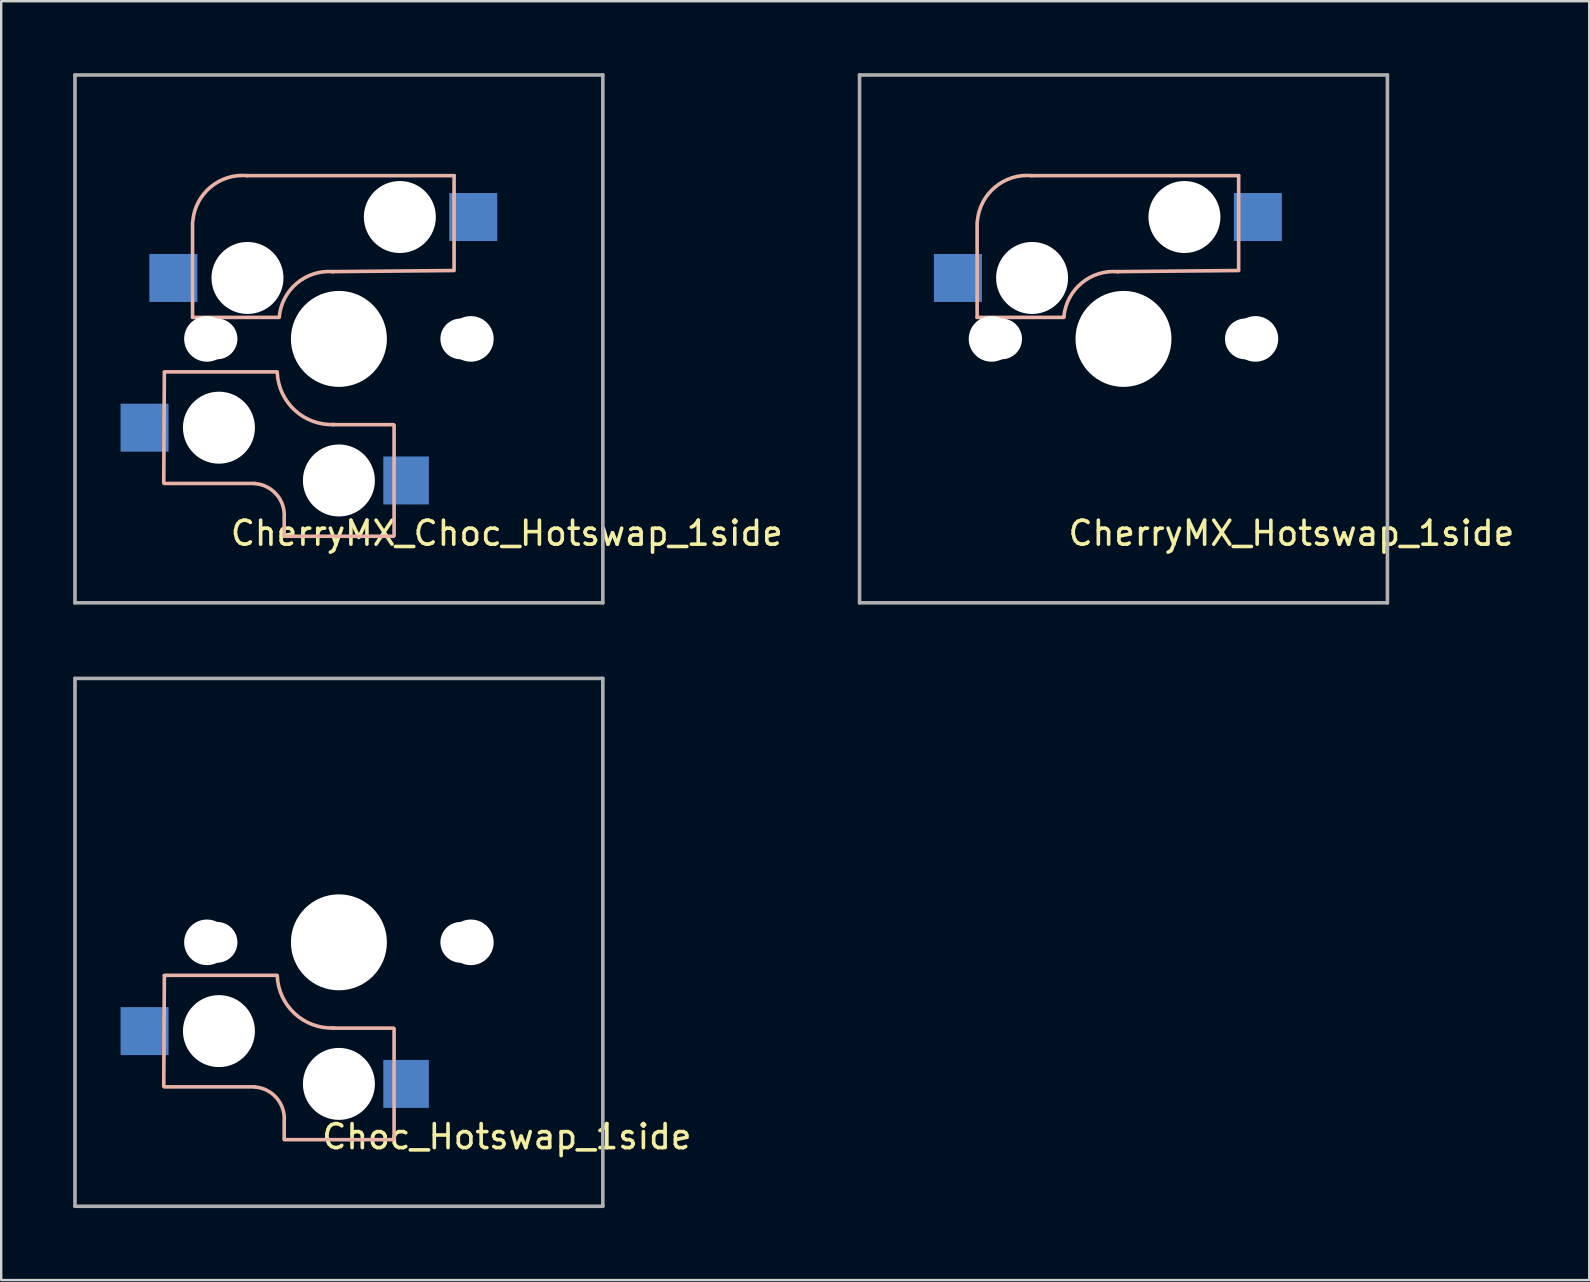
<source format=kicad_pcb>
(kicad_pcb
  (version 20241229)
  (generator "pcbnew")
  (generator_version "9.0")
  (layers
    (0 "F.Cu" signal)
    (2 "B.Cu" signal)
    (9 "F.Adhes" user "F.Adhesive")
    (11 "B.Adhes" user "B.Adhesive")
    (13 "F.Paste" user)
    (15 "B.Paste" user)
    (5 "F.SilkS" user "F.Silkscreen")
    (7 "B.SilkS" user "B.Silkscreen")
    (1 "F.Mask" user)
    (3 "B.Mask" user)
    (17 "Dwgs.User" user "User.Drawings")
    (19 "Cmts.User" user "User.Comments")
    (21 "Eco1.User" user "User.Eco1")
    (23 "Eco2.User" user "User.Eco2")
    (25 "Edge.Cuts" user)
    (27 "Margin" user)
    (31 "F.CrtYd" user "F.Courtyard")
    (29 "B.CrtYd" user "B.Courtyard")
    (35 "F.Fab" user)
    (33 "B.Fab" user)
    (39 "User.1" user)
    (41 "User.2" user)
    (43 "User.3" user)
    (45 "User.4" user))
  (footprint "CherryMX_Hotswap_1side"
    (layer "F.Cu")
    (at 43.775 11.075)
    (property "Reference" "CherryMX_Hotswap_1side" (at 7 8.1 0) (layer "F.SilkS") (effects (font (size 1 1) (thickness 0.15))))
    (attr smd)
    (fp_line (start -6.1 -4.85) (end -6.1 -0.905) (stroke (width 0.15) (type solid)) (layer "B.SilkS"))
    (fp_line (start -6.1 -0.896) (end -2.49 -0.896) (stroke (width 0.15) (type solid)) (layer "B.SilkS"))
    (fp_line (start 4.8 -6.804) (end -3.825 -6.804) (stroke (width 0.15) (type solid)) (layer "B.SilkS"))
    (fp_line (start 4.8 -2.896) (end 4.8 -6.804) (stroke (width 0.15) (type solid)) (layer "B.SilkS"))
    (fp_line (start 4.8 -2.85) (end -0.25 -2.804) (stroke (width 0.15) (type solid)) (layer "B.SilkS"))
    (fp_arc (start -6.089 -4.92) (mid -5.347189 -6.33089) (end -3.825 -6.804) (stroke (width 0.15) (type solid)) (layer "B.SilkS"))
    (fp_arc (start -2.485 -0.92) (mid -1.744361 -2.328061) (end -0.225 -2.8) (stroke (width 0.15) (type solid)) (layer "B.SilkS"))
    (fp_line (start -9 -9) (end 9 -9) (stroke (width 0.15) (type solid)) (layer "Eco2.User"))
    (fp_line (start -9 9) (end -9 -9) (stroke (width 0.15) (type solid)) (layer "Eco2.User"))
    (fp_line (start -7 -7) (end 7 -7) (stroke (width 0.15) (type solid)) (layer "Eco2.User"))
    (fp_line (start -7 7) (end -7 -7) (stroke (width 0.15) (type solid)) (layer "Eco2.User"))
    (fp_line (start 7 -7) (end 7 7) (stroke (width 0.15) (type solid)) (layer "Eco2.User"))
    (fp_line (start 7 7) (end -7 7) (stroke (width 0.15) (type solid)) (layer "Eco2.User"))
    (fp_line (start 9 -9) (end 9 9) (stroke (width 0.15) (type solid)) (layer "Eco2.User"))
    (fp_line (start 9 9) (end -9 9) (stroke (width 0.15) (type solid)) (layer "Eco2.User"))
    (fp_line (start -11 -11) (end -11 11) (stroke (width 0.15) (type solid)) (layer "F.Fab"))
    (fp_line (start -11 11) (end 11 11) (stroke (width 0.15) (type solid)) (layer "F.Fab"))
    (fp_line (start 11 -11) (end -11 -11) (stroke (width 0.15) (type solid)) (layer "F.Fab"))
    (fp_line (start 11 11) (end 11 -11) (stroke (width 0.15) (type solid)) (layer "F.Fab"))
    (pad "" np_thru_hole circle (at -5.5 0 90) (size 1.9 1.9) (drill 1.9) (layers "*.Cu" "*.Mask"))
    (pad "" np_thru_hole circle (at -5.08 0) (size 1.7 1.7) (drill 1.7) (layers "*.Cu" "*.Mask"))
    (pad "" np_thru_hole circle (at -3.81 -2.54 180) (size 3 3) (drill 3) (layers "*.Cu" "*.Mask"))
    (pad "" np_thru_hole circle (at 0 0 90) (size 4 4) (drill 4) (layers "*.Cu" "*.Mask"))
    (pad "" np_thru_hole circle (at 2.54 -5.08 180) (size 3 3) (drill 3) (layers "*.Cu" "*.Mask"))
    (pad "" np_thru_hole circle (at 5.08 0) (size 1.7 1.7) (drill 1.7) (layers "*.Cu" "*.Mask"))
    (pad "" np_thru_hole circle (at 5.5 0 90) (size 1.9 1.9) (drill 1.9) (layers "*.Cu" "*.Mask"))
    (pad "1" smd rect (at -6.9 -2.54 180) (size 2 2) (layers "B.Cu" "B.Mask" "B.Paste"))
    (pad "2" smd rect (at 5.6 -5.08 180) (size 2 2) (layers "B.Cu" "B.Mask" "B.Paste")))
  (footprint "CherryMX_Choc_Hotswap_1side"
    (layer "F.Cu")
    (at 11.075 11.075)
    (property "Reference" "CherryMX_Choc_Hotswap_1side" (at 7 8.1 0) (layer "F.SilkS") (effects (font (size 1 1) (thickness 0.15))))
    (attr smd)
    (fp_line (start -7.275 1.4) (end -7.3 6) (stroke (width 0.15) (type solid)) (layer "B.SilkS"))
    (fp_line (start -6.1 -4.85) (end -6.1 -0.905) (stroke (width 0.15) (type solid)) (layer "B.SilkS"))
    (fp_line (start -6.1 -0.896) (end -2.49 -0.896) (stroke (width 0.15) (type solid)) (layer "B.SilkS"))
    (fp_line (start -3.5 6.025) (end -7.275 6.025) (stroke (width 0.15) (type solid)) (layer "B.SilkS"))
    (fp_line (start -2.575 1.375) (end -7.275 1.375) (stroke (width 0.15) (type solid)) (layer "B.SilkS"))
    (fp_line (start -2.28 7.5) (end -2.28 8.2) (stroke (width 0.15) (type solid)) (layer "B.SilkS"))
    (fp_line (start 2.275 3.575) (end -0.275 3.575) (stroke (width 0.15) (type solid)) (layer "B.SilkS"))
    (fp_line (start 2.275 8.225) (end -2.275 8.225) (stroke (width 0.15) (type solid)) (layer "B.SilkS"))
    (fp_line (start 2.3 3.6) (end 2.3 8.2) (stroke (width 0.15) (type solid)) (layer "B.SilkS"))
    (fp_line (start 4.8 -6.804) (end -3.825 -6.804) (stroke (width 0.15) (type solid)) (layer "B.SilkS"))
    (fp_line (start 4.8 -2.896) (end 4.8 -6.804) (stroke (width 0.15) (type solid)) (layer "B.SilkS"))
    (fp_line (start 4.8 -2.85) (end -0.25 -2.804) (stroke (width 0.15) (type solid)) (layer "B.SilkS"))
    (fp_arc (start -6.089 -4.92) (mid -5.347189 -6.33089) (end -3.825 -6.804) (stroke (width 0.15) (type solid)) (layer "B.SilkS"))
    (fp_arc (start -3.5 6.03) (mid -2.595908 6.48733) (end -2.28 7.45) (stroke (width 0.15) (type solid)) (layer "B.SilkS"))
    (fp_arc (start -2.485 -0.92) (mid -1.744361 -2.328061) (end -0.225 -2.8) (stroke (width 0.15) (type solid)) (layer "B.SilkS"))
    (fp_arc (start -0.2 3.57) (mid -1.834422 2.975843) (end -2.57 1.4) (stroke (width 0.15) (type solid)) (layer "B.SilkS"))
    (fp_line (start -9 -9) (end 9 -9) (stroke (width 0.15) (type solid)) (layer "Eco2.User"))
    (fp_line (start -9 9) (end -9 -9) (stroke (width 0.15) (type solid)) (layer "Eco2.User"))
    (fp_line (start -7 -7) (end 7 -7) (stroke (width 0.15) (type solid)) (layer "Eco2.User"))
    (fp_line (start -7 7) (end -7 -7) (stroke (width 0.15) (type solid)) (layer "Eco2.User"))
    (fp_line (start 7 -7) (end 7 7) (stroke (width 0.15) (type solid)) (layer "Eco2.User"))
    (fp_line (start 7 7) (end -7 7) (stroke (width 0.15) (type solid)) (layer "Eco2.User"))
    (fp_line (start 9 -9) (end 9 9) (stroke (width 0.15) (type solid)) (layer "Eco2.User"))
    (fp_line (start 9 9) (end -9 9) (stroke (width 0.15) (type solid)) (layer "Eco2.User"))
    (fp_line (start -11 -11) (end -11 11) (stroke (width 0.15) (type solid)) (layer "F.Fab"))
    (fp_line (start -11 11) (end 11 11) (stroke (width 0.15) (type solid)) (layer "F.Fab"))
    (fp_line (start 11 -11) (end -11 -11) (stroke (width 0.15) (type solid)) (layer "F.Fab"))
    (fp_line (start 11 11) (end 11 -11) (stroke (width 0.15) (type solid)) (layer "F.Fab"))
    (pad "" np_thru_hole circle (at -5.5 0 90) (size 1.9 1.9) (drill 1.9) (layers "*.Cu" "*.Mask"))
    (pad "" np_thru_hole circle (at -5.08 0) (size 1.7 1.7) (drill 1.7) (layers "*.Cu" "*.Mask"))
    (pad "" np_thru_hole circle (at -5 3.7 90) (size 3 3) (drill 3) (layers "*.Cu" "*.Mask"))
    (pad "" np_thru_hole circle (at -3.81 -2.54 180) (size 3 3) (drill 3) (layers "*.Cu" "*.Mask"))
    (pad "" np_thru_hole circle (at 0 0 90) (size 4 4) (drill 4) (layers "*.Cu" "*.Mask"))
    (pad "" np_thru_hole circle (at 0 5.9 90) (size 3 3) (drill 3) (layers "*.Cu" "*.Mask"))
    (pad "" np_thru_hole circle (at 2.54 -5.08 180) (size 3 3) (drill 3) (layers "*.Cu" "*.Mask"))
    (pad "" np_thru_hole circle (at 5.08 0) (size 1.7 1.7) (drill 1.7) (layers "*.Cu" "*.Mask"))
    (pad "" np_thru_hole circle (at 5.5 0 90) (size 1.9 1.9) (drill 1.9) (layers "*.Cu" "*.Mask"))
    (pad "1" smd rect (at -8.1 3.7 180) (size 2 2) (layers "B.Cu" "B.Mask" "B.Paste"))
    (pad "1" smd rect (at -6.9 -2.54 180) (size 2 2) (layers "B.Cu" "B.Mask" "B.Paste"))
    (pad "2" smd rect (at 2.8 5.9 180) (size 1.9 2) (layers "B.Cu" "B.Mask" "B.Paste"))
    (pad "2" smd rect (at 5.6 -5.08 180) (size 2 2) (layers "B.Cu" "B.Mask" "B.Paste")))
  (footprint "Choc_Hotswap_1side"
    (layer "F.Cu")
    (at 11.075 36.225)
    (property "Reference" "Choc_Hotswap_1side" (at 7 8.1 0) (layer "F.SilkS") (effects (font (size 1 1) (thickness 0.15))))
    (attr smd)
    (fp_line (start -7.275 1.4) (end -7.3 6) (stroke (width 0.15) (type solid)) (layer "B.SilkS"))
    (fp_line (start -3.5 6.025) (end -7.275 6.025) (stroke (width 0.15) (type solid)) (layer "B.SilkS"))
    (fp_line (start -2.575 1.375) (end -7.275 1.375) (stroke (width 0.15) (type solid)) (layer "B.SilkS"))
    (fp_line (start -2.28 7.5) (end -2.28 8.2) (stroke (width 0.15) (type solid)) (layer "B.SilkS"))
    (fp_line (start 2.275 3.575) (end -0.275 3.575) (stroke (width 0.15) (type solid)) (layer "B.SilkS"))
    (fp_line (start 2.275 8.225) (end -2.275 8.225) (stroke (width 0.15) (type solid)) (layer "B.SilkS"))
    (fp_line (start 2.3 3.6) (end 2.3 8.2) (stroke (width 0.15) (type solid)) (layer "B.SilkS"))
    (fp_arc (start -3.5 6.03) (mid -2.595908 6.48733) (end -2.28 7.45) (stroke (width 0.15) (type solid)) (layer "B.SilkS"))
    (fp_arc (start -0.2 3.57) (mid -1.834422 2.975843) (end -2.57 1.4) (stroke (width 0.15) (type solid)) (layer "B.SilkS"))
    (fp_line (start -9 -9) (end 9 -9) (stroke (width 0.15) (type solid)) (layer "Eco2.User"))
    (fp_line (start -9 9) (end -9 -9) (stroke (width 0.15) (type solid)) (layer "Eco2.User"))
    (fp_line (start -7 -7) (end 7 -7) (stroke (width 0.15) (type solid)) (layer "Eco2.User"))
    (fp_line (start -7 7) (end -7 -7) (stroke (width 0.15) (type solid)) (layer "Eco2.User"))
    (fp_line (start 7 -7) (end 7 7) (stroke (width 0.15) (type solid)) (layer "Eco2.User"))
    (fp_line (start 7 7) (end -7 7) (stroke (width 0.15) (type solid)) (layer "Eco2.User"))
    (fp_line (start 9 -9) (end 9 9) (stroke (width 0.15) (type solid)) (layer "Eco2.User"))
    (fp_line (start 9 9) (end -9 9) (stroke (width 0.15) (type solid)) (layer "Eco2.User"))
    (fp_line (start -11 -11) (end -11 11) (stroke (width 0.15) (type solid)) (layer "F.Fab"))
    (fp_line (start -11 11) (end 11 11) (stroke (width 0.15) (type solid)) (layer "F.Fab"))
    (fp_line (start 11 -11) (end -11 -11) (stroke (width 0.15) (type solid)) (layer "F.Fab"))
    (fp_line (start 11 11) (end 11 -11) (stroke (width 0.15) (type solid)) (layer "F.Fab"))
    (pad "" np_thru_hole circle (at -5.5 0 90) (size 1.9 1.9) (drill 1.9) (layers "*.Cu" "*.Mask"))
    (pad "" np_thru_hole circle (at -5.08 0) (size 1.7 1.7) (drill 1.7) (layers "*.Cu" "*.Mask"))
    (pad "" np_thru_hole circle (at -5 3.7 90) (size 3 3) (drill 3) (layers "*.Cu" "*.Mask"))
    (pad "" np_thru_hole circle (at 0 0 90) (size 4 4) (drill 4) (layers "*.Cu" "*.Mask"))
    (pad "" np_thru_hole circle (at 0 5.9 90) (size 3 3) (drill 3) (layers "*.Cu" "*.Mask"))
    (pad "" np_thru_hole circle (at 5.08 0) (size 1.7 1.7) (drill 1.7) (layers "*.Cu" "*.Mask"))
    (pad "" np_thru_hole circle (at 5.5 0 90) (size 1.9 1.9) (drill 1.9) (layers "*.Cu" "*.Mask"))
    (pad "1" smd rect (at -8.1 3.7 180) (size 2 2) (layers "B.Cu" "B.Mask" "B.Paste"))
    (pad "2" smd rect (at 2.8 5.9 180) (size 1.9 2) (layers "B.Cu" "B.Mask" "B.Paste")))
  (gr_rect
    (start -3 -3)
    (end 63.186 50.3)
    (stroke (width 0.1) (type default))
    (fill no)
    (layer "Edge.Cuts")))
</source>
